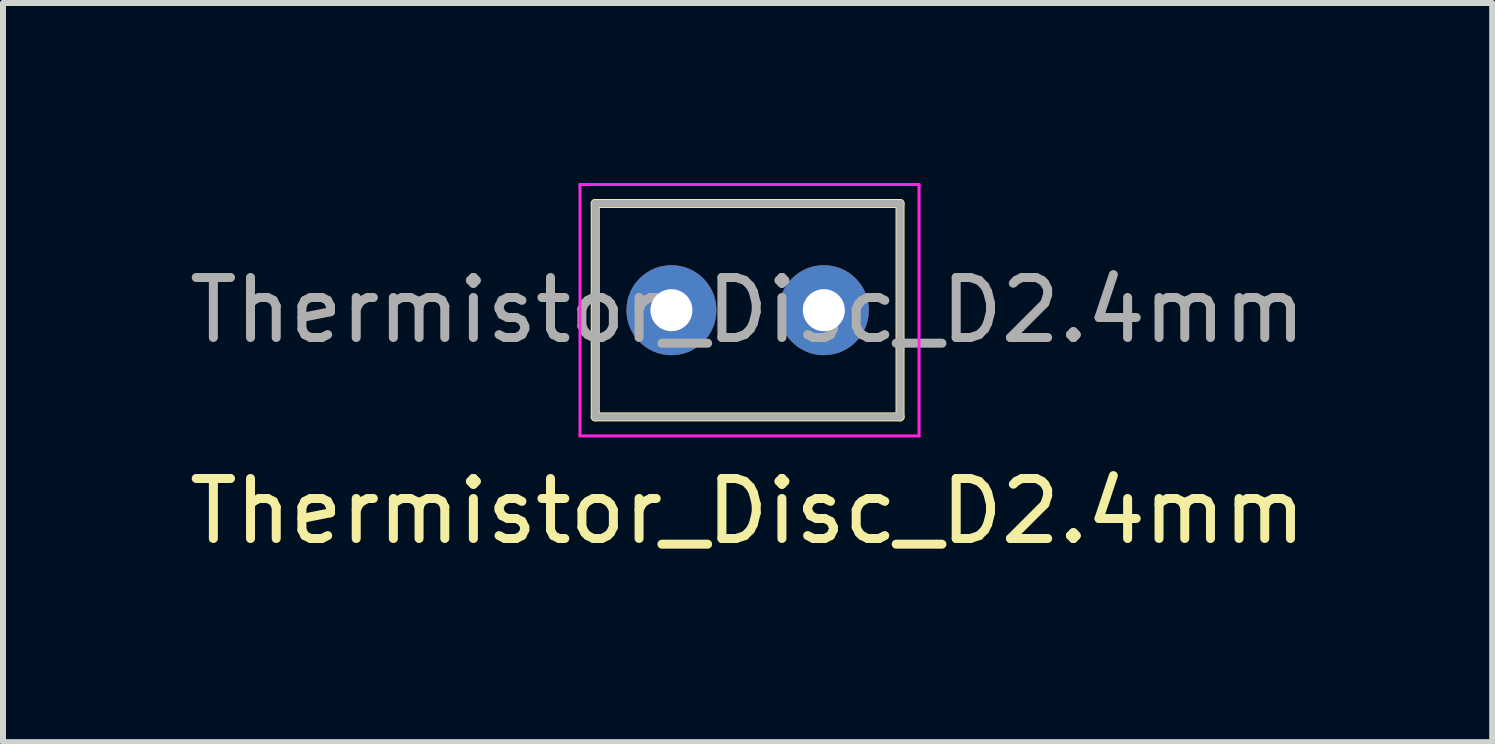
<source format=kicad_pcb>
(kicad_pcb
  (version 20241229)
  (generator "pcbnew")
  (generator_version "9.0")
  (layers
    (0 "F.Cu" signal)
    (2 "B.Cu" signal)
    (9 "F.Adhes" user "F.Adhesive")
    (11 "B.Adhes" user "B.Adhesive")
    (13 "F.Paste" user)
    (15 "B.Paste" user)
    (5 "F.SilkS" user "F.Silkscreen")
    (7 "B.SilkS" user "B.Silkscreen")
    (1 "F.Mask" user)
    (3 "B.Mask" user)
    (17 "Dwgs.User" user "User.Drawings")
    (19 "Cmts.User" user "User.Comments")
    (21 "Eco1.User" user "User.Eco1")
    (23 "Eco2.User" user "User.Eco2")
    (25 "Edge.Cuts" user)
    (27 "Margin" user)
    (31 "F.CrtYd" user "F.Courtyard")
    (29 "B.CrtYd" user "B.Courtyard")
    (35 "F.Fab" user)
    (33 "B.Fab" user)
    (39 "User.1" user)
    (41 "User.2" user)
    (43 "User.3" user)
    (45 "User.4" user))
  (footprint "Thermistor_Disc_D2.4mm"
    (layer "F.Cu")
    (at 9.411 2.12)
    (property "Reference" "Thermistor_Disc_D2.4mm" (at 0 3.35 0) (layer "F.SilkS") (effects (font (size 1 1) (thickness 0.15))))
    (attr through_hole)
    (fp_line (start -2.54 -1.778) (end -2.54 1.778) (stroke (width 0.15) (type solid)) (layer "F.SilkS"))
    (fp_line (start -2.54 -1.778) (end 2.54 -1.778) (stroke (width 0.15) (type solid)) (layer "F.SilkS"))
    (fp_line (start -2.54 1.778) (end 2.54 1.778) (stroke (width 0.15) (type solid)) (layer "F.SilkS"))
    (fp_line (start 2.54 -1.778) (end 2.54 1.778) (stroke (width 0.15) (type solid)) (layer "F.SilkS"))
    (fp_line (start -2.794 -2.095) (end -2.794 2.095) (stroke (width 0.05) (type solid)) (layer "F.CrtYd"))
    (fp_line (start -2.794 -2.095) (end 2.857 -2.095) (stroke (width 0.05) (type solid)) (layer "F.CrtYd"))
    (fp_line (start -2.794 2.095) (end 2.857 2.095) (stroke (width 0.05) (type solid)) (layer "F.CrtYd"))
    (fp_line (start 2.857 -2.095) (end 2.857 2.095) (stroke (width 0.05) (type solid)) (layer "F.CrtYd"))
    (fp_line (start -2.54 -1.778) (end 2.54 -1.778) (stroke (width 0.12) (type solid)) (layer "F.Fab"))
    (fp_line (start -2.54 1.778) (end -2.54 -1.778) (stroke (width 0.12) (type solid)) (layer "F.Fab"))
    (fp_line (start 2.54 -1.778) (end 2.54 1.778) (stroke (width 0.12) (type solid)) (layer "F.Fab"))
    (fp_line (start 2.54 1.778) (end -2.54 1.778) (stroke (width 0.12) (type solid)) (layer "F.Fab"))
    (fp_text user "${REFERENCE}" (at 0 0 0) (layer "F.Fab") (effects (font (size 1 1) (thickness 0.15))))
    (pad "1" thru_hole circle (at -1.27 0) (size 1.5 1.5) (drill 0.7) (layers "*.Cu" "*.Mask"))
    (pad "2" thru_hole circle (at 1.27 0) (size 1.5 1.5) (drill 0.7) (layers "*.Cu" "*.Mask")))
  (gr_rect
    (start -3 -3)
    (end 21.821 9.319)
    (stroke (width 0.1) (type default))
    (fill no)
    (layer "Edge.Cuts")))
</source>
